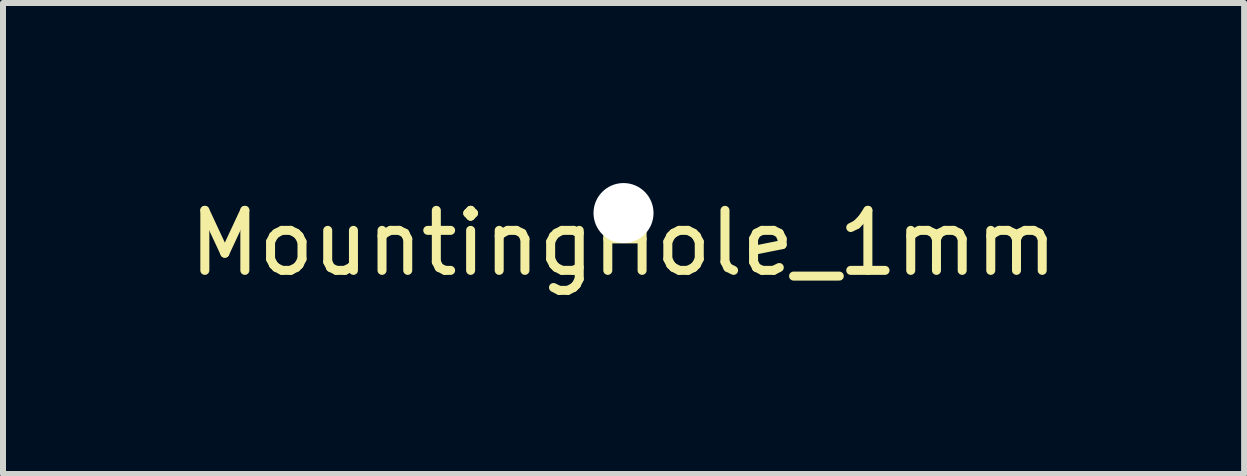
<source format=kicad_pcb>
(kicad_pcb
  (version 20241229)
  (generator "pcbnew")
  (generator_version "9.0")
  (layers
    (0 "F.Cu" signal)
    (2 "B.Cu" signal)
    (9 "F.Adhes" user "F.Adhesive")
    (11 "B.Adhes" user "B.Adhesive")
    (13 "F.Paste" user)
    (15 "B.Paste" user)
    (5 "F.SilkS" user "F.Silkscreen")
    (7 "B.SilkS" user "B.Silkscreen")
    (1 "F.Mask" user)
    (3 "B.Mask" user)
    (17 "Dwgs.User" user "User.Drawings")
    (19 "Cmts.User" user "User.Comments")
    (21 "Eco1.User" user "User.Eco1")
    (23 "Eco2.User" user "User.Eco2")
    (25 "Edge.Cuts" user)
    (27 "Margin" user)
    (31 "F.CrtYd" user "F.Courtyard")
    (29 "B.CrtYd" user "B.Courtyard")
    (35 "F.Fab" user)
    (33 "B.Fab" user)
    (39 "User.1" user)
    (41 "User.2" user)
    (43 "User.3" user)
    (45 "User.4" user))
  (footprint "MountingHole_1mm"
    (layer "F.Cu")
    (at 7.339 0.5)
    (property "Reference" "MountingHole_1mm" (at 0 0.5 0) (layer "F.SilkS") (effects (font (size 1 1) (thickness 0.15))))
    (attr through_hole)
    (pad "" np_thru_hole circle (at 0 0) (size 1 1) (drill 1) (layers "*.Cu" "*.Mask")))
  (gr_rect
    (start -3 -3)
    (end 17.679 4.848)
    (stroke (width 0.1) (type default))
    (fill no)
    (layer "Edge.Cuts")))
</source>
